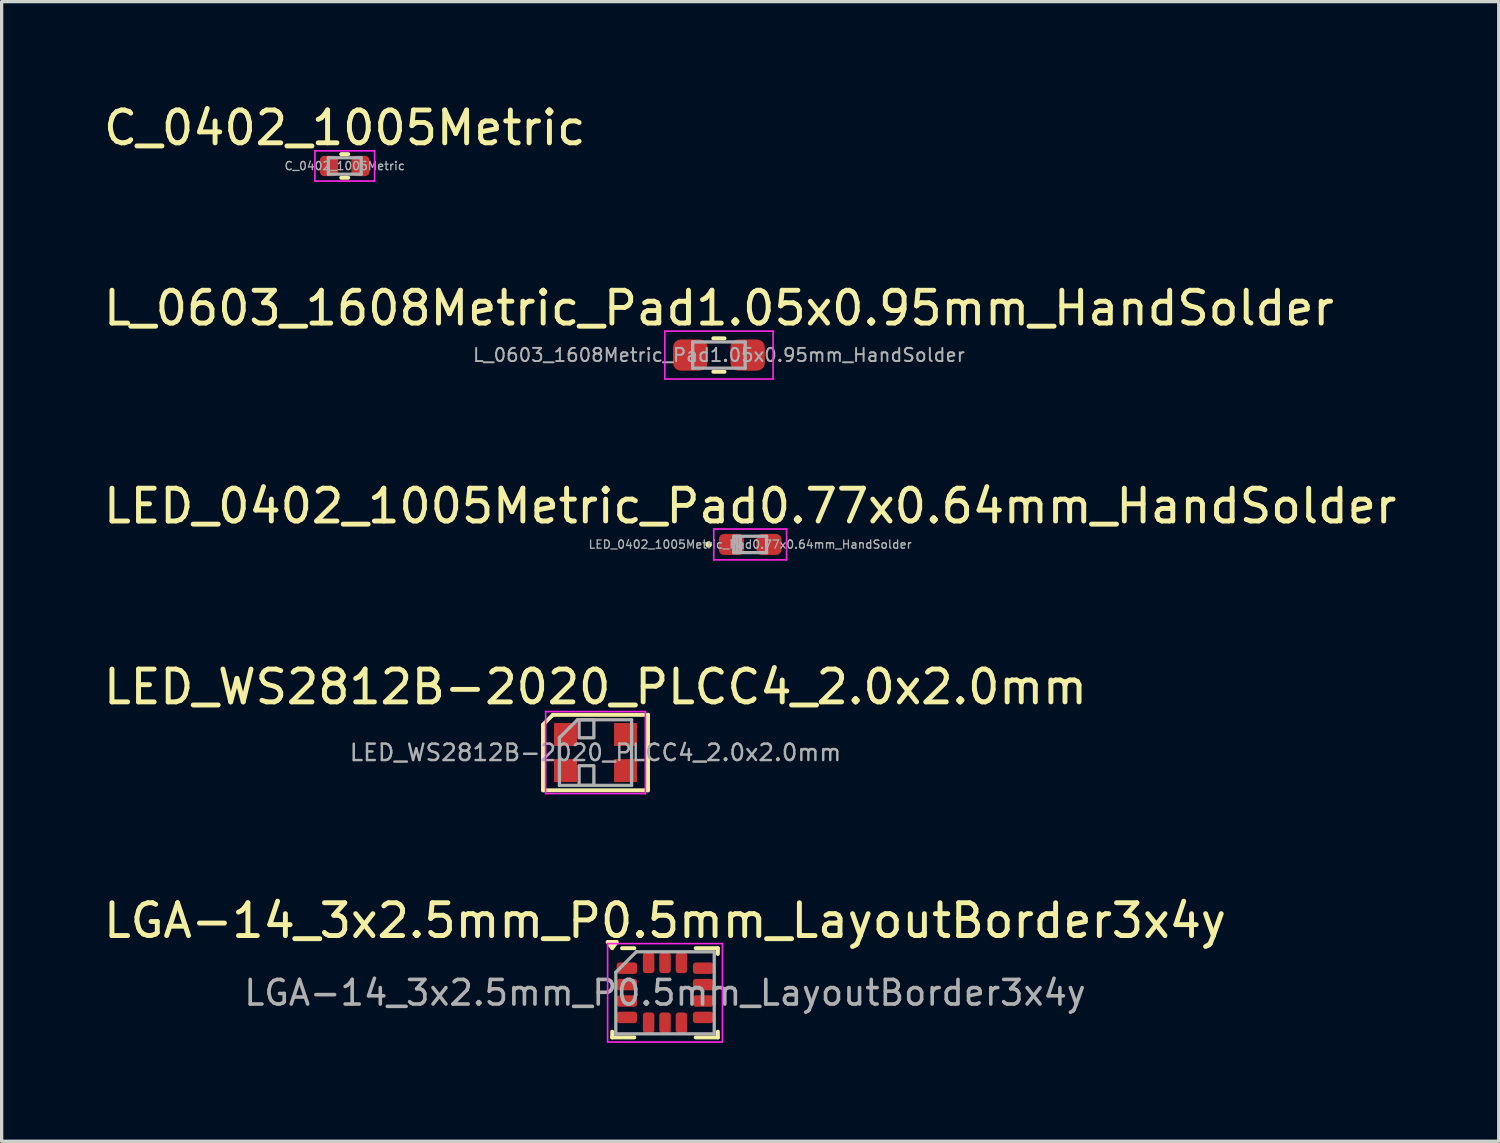
<source format=kicad_pcb>
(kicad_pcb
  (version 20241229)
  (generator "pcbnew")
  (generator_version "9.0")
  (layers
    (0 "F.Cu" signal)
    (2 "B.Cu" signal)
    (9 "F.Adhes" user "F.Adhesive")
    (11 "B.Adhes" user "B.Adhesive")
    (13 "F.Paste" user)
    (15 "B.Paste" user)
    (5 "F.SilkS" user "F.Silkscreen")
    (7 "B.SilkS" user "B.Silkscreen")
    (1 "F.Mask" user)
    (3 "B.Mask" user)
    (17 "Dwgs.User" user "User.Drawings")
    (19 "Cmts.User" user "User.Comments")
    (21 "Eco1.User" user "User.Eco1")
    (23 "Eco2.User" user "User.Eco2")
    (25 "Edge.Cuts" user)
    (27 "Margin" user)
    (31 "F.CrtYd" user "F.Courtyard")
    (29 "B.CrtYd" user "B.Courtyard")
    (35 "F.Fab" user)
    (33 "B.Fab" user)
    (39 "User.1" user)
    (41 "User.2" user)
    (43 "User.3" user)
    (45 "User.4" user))
  (footprint "L_0603_1608Metric_Pad1.05x0.95mm_HandSolder"
    (layer "F.Cu")
    (at 18.863 7.772)
    (property "Reference" "L_0603_1608Metric_Pad1.05x0.95mm_HandSolder" (at -0.000001 -1.43 0) (layer "F.SilkS") (effects (font (size 1 1) (thickness 0.15))))
    (attr smd)
    (fp_line (start -0.171 -0.51) (end 0.171 -0.51) (stroke (width 0.12) (type solid)) (layer "F.SilkS"))
    (fp_line (start -0.171 0.51) (end 0.171 0.51) (stroke (width 0.12) (type solid)) (layer "F.SilkS"))
    (fp_line (start -1.65 -0.73) (end 1.65 -0.73) (stroke (width 0.05) (type solid)) (layer "F.CrtYd"))
    (fp_line (start -1.65 0.73) (end -1.65 -0.73) (stroke (width 0.05) (type solid)) (layer "F.CrtYd"))
    (fp_line (start 1.65 -0.73) (end 1.65 0.73) (stroke (width 0.05) (type solid)) (layer "F.CrtYd"))
    (fp_line (start 1.65 0.73) (end -1.65 0.73) (stroke (width 0.05) (type solid)) (layer "F.CrtYd"))
    (fp_line (start -0.8 -0.4) (end 0.8 -0.4) (stroke (width 0.1) (type solid)) (layer "F.Fab"))
    (fp_line (start -0.8 0.4) (end -0.8 -0.4) (stroke (width 0.1) (type solid)) (layer "F.Fab"))
    (fp_line (start 0.8 -0.4) (end 0.8 0.4) (stroke (width 0.1) (type solid)) (layer "F.Fab"))
    (fp_line (start 0.8 0.4) (end -0.8 0.4) (stroke (width 0.1) (type solid)) (layer "F.Fab"))
    (fp_text user "${REFERENCE}" (at 0 0 0) (layer "F.Fab") (effects (font (size 0.4 0.4) (thickness 0.06))))
    (pad "1" smd roundrect (at -0.875 0) (size 1.05 0.95) (layers "F.Cu" "F.Mask" "F.Paste") (roundrect_rratio 0.25))
    (pad "2" smd roundrect (at 0.875 0) (size 1.05 0.95) (layers "F.Cu" "F.Mask" "F.Paste") (roundrect_rratio 0.25)))
  (footprint "LGA-14_3x2.5mm_P0.5mm_LayoutBorder3x4y"
    (layer "F.Cu")
    (at 17.22 27.211)
    (property "Reference" "LGA-14_3x2.5mm_P0.5mm_LayoutBorder3x4y" (at 0 -2.2 0) (layer "F.SilkS") (effects (font (size 1 1) (thickness 0.15))))
    (attr smd)
    (fp_line (start -1.61 1.36) (end -1.61 1.185) (stroke (width 0.12) (type solid)) (layer "F.SilkS"))
    (fp_line (start -0.935 -1.36) (end -1.31 -1.36) (stroke (width 0.12) (type solid)) (layer "F.SilkS"))
    (fp_line (start -0.935 1.36) (end -1.61 1.36) (stroke (width 0.12) (type solid)) (layer "F.SilkS"))
    (fp_line (start 0.935 -1.36) (end 1.61 -1.36) (stroke (width 0.12) (type solid)) (layer "F.SilkS"))
    (fp_line (start 0.935 1.36) (end 1.61 1.36) (stroke (width 0.12) (type solid)) (layer "F.SilkS"))
    (fp_line (start 1.61 -1.36) (end 1.61 -1.185) (stroke (width 0.12) (type solid)) (layer "F.SilkS"))
    (fp_line (start 1.61 1.36) (end 1.61 1.185) (stroke (width 0.12) (type solid)) (layer "F.SilkS"))
    (fp_poly (pts (xy -1.61 -1.36) (xy -1.75 -1.55) (xy -1.47 -1.55) (xy -1.61 -1.36)) (stroke (width 0.12) (type solid)) (fill yes) (layer "F.SilkS"))
    (fp_line (start -1.75 -1.5) (end -1.75 1.5) (stroke (width 0.05) (type solid)) (layer "F.CrtYd"))
    (fp_line (start -1.75 1.5) (end 1.75 1.5) (stroke (width 0.05) (type solid)) (layer "F.CrtYd"))
    (fp_line (start 1.75 -1.5) (end -1.75 -1.5) (stroke (width 0.05) (type solid)) (layer "F.CrtYd"))
    (fp_line (start 1.75 1.5) (end 1.75 -1.5) (stroke (width 0.05) (type solid)) (layer "F.CrtYd"))
    (fp_line (start -1.5 -0.625) (end -0.875 -1.25) (stroke (width 0.1) (type solid)) (layer "F.Fab"))
    (fp_line (start -1.5 1.25) (end -1.5 -0.625) (stroke (width 0.1) (type solid)) (layer "F.Fab"))
    (fp_line (start -0.875 -1.25) (end 1.5 -1.25) (stroke (width 0.1) (type solid)) (layer "F.Fab"))
    (fp_line (start 1.5 -1.25) (end 1.5 1.25) (stroke (width 0.1) (type solid)) (layer "F.Fab"))
    (fp_line (start 1.5 1.25) (end -1.5 1.25) (stroke (width 0.1) (type solid)) (layer "F.Fab"))
    (fp_text user "${REFERENCE}" (at 0 0 0) (layer "F.Fab") (effects (font (size 0.75 0.75) (thickness 0.11))))
    (pad "1" smd roundrect (at -1.162 -0.75) (size 0.625 0.35) (layers "F.Cu" "F.Mask" "F.Paste") (roundrect_rratio 0.25))
    (pad "2" smd roundrect (at -1.163 -0.25) (size 0.625 0.35) (layers "F.Cu" "F.Mask" "F.Paste") (roundrect_rratio 0.25))
    (pad "3" smd roundrect (at -1.163 0.25) (size 0.625 0.35) (layers "F.Cu" "F.Mask" "F.Paste") (roundrect_rratio 0.25))
    (pad "4" smd roundrect (at -1.163 0.75) (size 0.625 0.35) (layers "F.Cu" "F.Mask" "F.Paste") (roundrect_rratio 0.25))
    (pad "5" smd roundrect (at -0.5 0.912) (size 0.35 0.625) (layers "F.Cu" "F.Mask" "F.Paste") (roundrect_rratio 0.25))
    (pad "6" smd roundrect (at 0 0.912) (size 0.35 0.625) (layers "F.Cu" "F.Mask" "F.Paste") (roundrect_rratio 0.25))
    (pad "7" smd roundrect (at 0.5 0.912) (size 0.35 0.625) (layers "F.Cu" "F.Mask" "F.Paste") (roundrect_rratio 0.25))
    (pad "8" smd roundrect (at 1.162 0.75) (size 0.625 0.35) (layers "F.Cu" "F.Mask" "F.Paste") (roundrect_rratio 0.25))
    (pad "9" smd roundrect (at 1.163 0.25) (size 0.625 0.35) (layers "F.Cu" "F.Mask" "F.Paste") (roundrect_rratio 0.25))
    (pad "10" smd roundrect (at 1.163 -0.25) (size 0.625 0.35) (layers "F.Cu" "F.Mask" "F.Paste") (roundrect_rratio 0.25))
    (pad "11" smd roundrect (at 1.163 -0.75) (size 0.625 0.35) (layers "F.Cu" "F.Mask" "F.Paste") (roundrect_rratio 0.25))
    (pad "12" smd roundrect (at 0.5 -0.912) (size 0.35 0.625) (layers "F.Cu" "F.Mask" "F.Paste") (roundrect_rratio 0.25))
    (pad "13" smd roundrect (at 0 -0.912) (size 0.35 0.625) (layers "F.Cu" "F.Mask" "F.Paste") (roundrect_rratio 0.25))
    (pad "14" smd roundrect (at -0.5 -0.912) (size 0.35 0.625) (layers "F.Cu" "F.Mask" "F.Paste") (roundrect_rratio 0.25)))
  (footprint "LED_0402_1005Metric_Pad0.77x0.64mm_HandSolder"
    (layer "F.Cu")
    (at 19.815 13.545)
    (property "Reference" "LED_0402_1005Metric_Pad0.77x0.64mm_HandSolder" (at 0 -1.17 180) (layer "F.SilkS") (effects (font (size 1 1) (thickness 0.15))))
    (attr smd)
    (fp_circle (center -1.265 0) (end -1.215 0) (stroke (width 0.1) (type solid)) (fill no) (layer "F.SilkS"))
    (fp_line (start -1.11 0.47) (end -1.11 -0.47) (stroke (width 0.05) (type solid)) (layer "F.CrtYd"))
    (fp_line (start -1.11 -0.47) (end 1.11 -0.47) (stroke (width 0.05) (type solid)) (layer "F.CrtYd"))
    (fp_line (start 1.11 0.47) (end -1.11 0.47) (stroke (width 0.05) (type solid)) (layer "F.CrtYd"))
    (fp_line (start 1.11 -0.47) (end 1.11 0.47) (stroke (width 0.05) (type solid)) (layer "F.CrtYd"))
    (fp_line (start -0.5 -0.25) (end 0.5 -0.25) (stroke (width 0.1) (type solid)) (layer "F.Fab"))
    (fp_line (start -0.5 0.25) (end -0.5 -0.25) (stroke (width 0.1) (type solid)) (layer "F.Fab"))
    (fp_line (start -0.4 0.25) (end -0.4 -0.25) (stroke (width 0.1) (type solid)) (layer "F.Fab"))
    (fp_line (start -0.3 0.25) (end -0.3 -0.25) (stroke (width 0.1) (type solid)) (layer "F.Fab"))
    (fp_line (start 0.5 -0.25) (end 0.5 0.25) (stroke (width 0.1) (type solid)) (layer "F.Fab"))
    (fp_line (start 0.5 0.25) (end -0.5 0.25) (stroke (width 0.1) (type solid)) (layer "F.Fab"))
    (fp_text user "${REFERENCE}" (at 0 0 180) (layer "F.Fab") (effects (font (size 0.25 0.25) (thickness 0.04))))
    (pad "1" smd roundrect (at -0.573 0) (size 0.765 0.64) (layers "F.Cu" "F.Mask" "F.Paste") (roundrect_rratio 0.25))
    (pad "2" smd roundrect (at 0.573 0) (size 0.765 0.64) (layers "F.Cu" "F.Mask" "F.Paste") (roundrect_rratio 0.25)))
  (footprint "LED_WS2812B-2020_PLCC4_2.0x2.0mm"
    (layer "F.Cu")
    (at 15.101 19.888)
    (property "Reference" "LED_WS2812B-2020_PLCC4_2.0x2.0mm" (at 0 -2 0) (layer "F.SilkS") (effects (font (size 1 1) (thickness 0.15))))
    (attr smd)
    (fp_line (start -1.6 1.15) (end -1.6 -0.85) (stroke (width 0.12) (type solid)) (layer "F.SilkS"))
    (fp_line (start -1.6 1.15) (end 1.6 1.15) (stroke (width 0.12) (type solid)) (layer "F.SilkS"))
    (fp_line (start -1.3 -1.15) (end -1.6 -0.85) (stroke (width 0.12) (type default)) (layer "F.SilkS"))
    (fp_line (start -1.3 -1.15) (end 1.6 -1.15) (stroke (width 0.12) (type solid)) (layer "F.SilkS"))
    (fp_line (start 1.6 -1.15) (end 1.6 1.15) (stroke (width 0.12) (type solid)) (layer "F.SilkS"))
    (fp_line (start -1.52 -1.25) (end -1.52 1.25) (stroke (width 0.05) (type solid)) (layer "F.CrtYd"))
    (fp_line (start -1.52 1.25) (end 1.52 1.25) (stroke (width 0.05) (type solid)) (layer "F.CrtYd"))
    (fp_line (start 1.52 -1.25) (end -1.52 -1.25) (stroke (width 0.05) (type solid)) (layer "F.CrtYd"))
    (fp_line (start 1.52 1.25) (end 1.52 -1.25) (stroke (width 0.05) (type solid)) (layer "F.CrtYd"))
    (fp_line (start -1.1 -0.45) (end -1.1 1) (stroke (width 0.1) (type solid)) (layer "F.Fab"))
    (fp_line (start -1.1 1) (end 1.1 1) (stroke (width 0.1) (type solid)) (layer "F.Fab"))
    (fp_line (start -0.55 -1) (end -1.1 -0.45) (stroke (width 0.1) (type solid)) (layer "F.Fab"))
    (fp_line (start 1.1 -1) (end -0.55 -1) (stroke (width 0.1) (type solid)) (layer "F.Fab"))
    (fp_line (start 1.1 -1) (end 1.1 1) (stroke (width 0.1) (type solid)) (layer "F.Fab"))
    (fp_rect (start -0.5 -1) (end -0.05 -0.45) (stroke (width 0.1) (type solid)) (fill no) (layer "F.Fab"))
    (fp_rect (start -0.5 0.4) (end -0.05 1) (stroke (width 0.1) (type solid)) (fill no) (layer "F.Fab"))
    (fp_text user "${REFERENCE}" (at 0 0 0) (layer "F.Fab") (effects (font (size 0.5 0.5) (thickness 0.075))))
    (pad "1" smd rect (at -0.915 -0.55) (size 0.7 0.7) (layers "F.Cu" "F.Mask" "F.Paste"))
    (pad "2" smd rect (at -0.915 0.55) (size 0.7 0.7) (layers "F.Cu" "F.Mask" "F.Paste"))
    (pad "3" smd rect (at 0.915 0.55) (size 0.7 0.7) (layers "F.Cu" "F.Mask" "F.Paste"))
    (pad "4" smd rect (at 0.915 -0.55) (size 0.7 0.7) (layers "F.Cu" "F.Mask" "F.Paste")))
  (footprint "C_0402_1005Metric"
    (layer "F.Cu")
    (at 7.458 2.008)
    (property "Reference" "C_0402_1005Metric" (at 0 -1.16 180) (layer "F.SilkS") (effects (font (size 1 1) (thickness 0.15))))
    (attr smd)
    (fp_line (start -0.108 0.36) (end 0.108 0.36) (stroke (width 0.12) (type solid)) (layer "F.SilkS"))
    (fp_line (start -0.108 -0.36) (end 0.108 -0.36) (stroke (width 0.12) (type solid)) (layer "F.SilkS"))
    (fp_line (start -0.91 0.46) (end -0.91 -0.46) (stroke (width 0.05) (type solid)) (layer "F.CrtYd"))
    (fp_line (start -0.91 -0.46) (end 0.91 -0.46) (stroke (width 0.05) (type solid)) (layer "F.CrtYd"))
    (fp_line (start 0.91 0.46) (end -0.91 0.46) (stroke (width 0.05) (type solid)) (layer "F.CrtYd"))
    (fp_line (start 0.91 -0.46) (end 0.91 0.46) (stroke (width 0.05) (type solid)) (layer "F.CrtYd"))
    (fp_line (start -0.5 -0.25) (end 0.5 -0.25) (stroke (width 0.1) (type solid)) (layer "F.Fab"))
    (fp_line (start -0.5 0.25) (end -0.5 -0.25) (stroke (width 0.1) (type solid)) (layer "F.Fab"))
    (fp_line (start 0.5 -0.25) (end 0.5 0.25) (stroke (width 0.1) (type solid)) (layer "F.Fab"))
    (fp_line (start 0.5 0.25) (end -0.5 0.25) (stroke (width 0.1) (type solid)) (layer "F.Fab"))
    (fp_text user "${REFERENCE}" (at 0 0 180) (layer "F.Fab") (effects (font (size 0.25 0.25) (thickness 0.04))))
    (pad "1" smd roundrect (at -0.48 0) (size 0.56 0.62) (layers "F.Cu" "F.Mask" "F.Paste") (roundrect_rratio 0.25))
    (pad "2" smd roundrect (at 0.48 0) (size 0.56 0.62) (layers "F.Cu" "F.Mask" "F.Paste") (roundrect_rratio 0.25)))
  (gr_rect
    (start -3 -3)
    (end 42.631 31.736)
    (stroke (width 0.1) (type default))
    (fill no)
    (layer "Edge.Cuts")))
</source>
